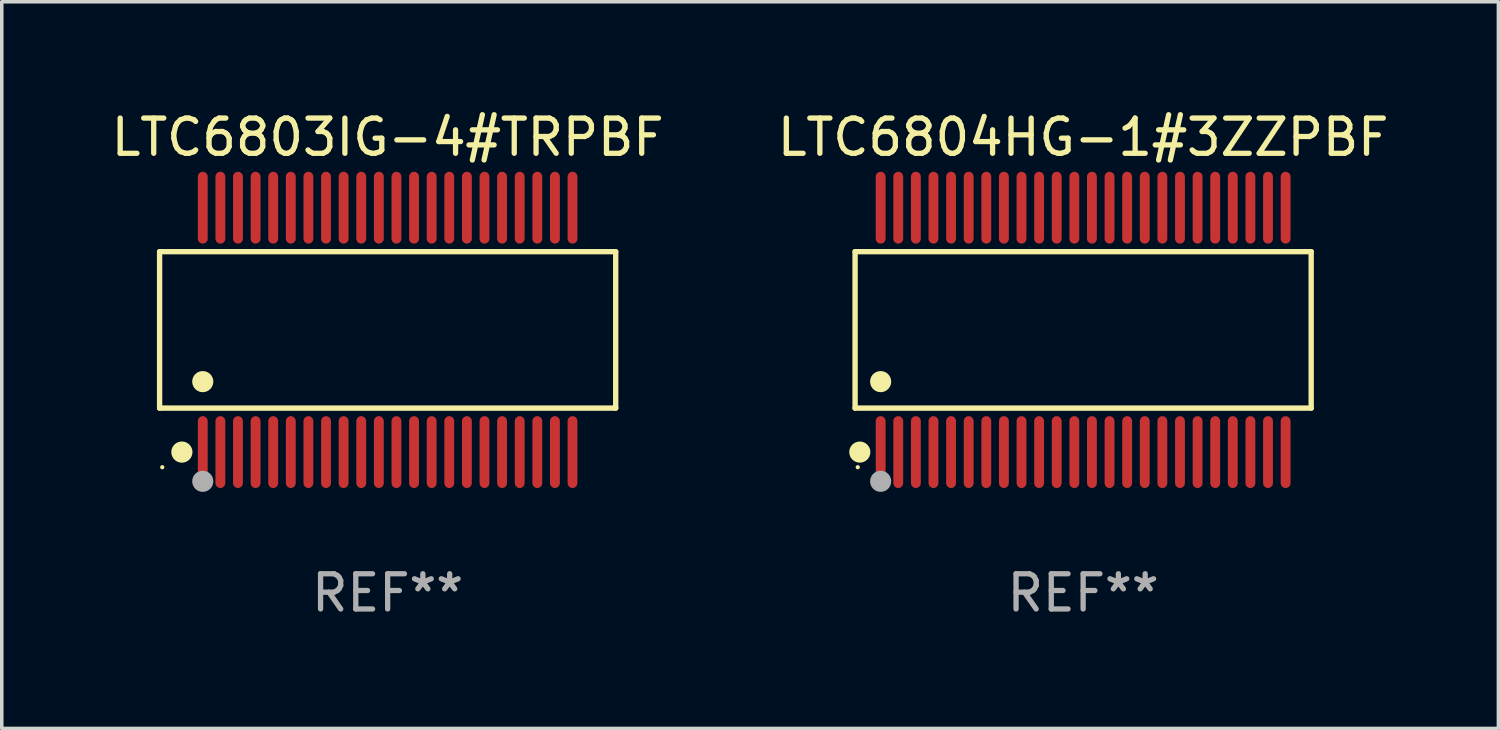
<source format=kicad_pcb>
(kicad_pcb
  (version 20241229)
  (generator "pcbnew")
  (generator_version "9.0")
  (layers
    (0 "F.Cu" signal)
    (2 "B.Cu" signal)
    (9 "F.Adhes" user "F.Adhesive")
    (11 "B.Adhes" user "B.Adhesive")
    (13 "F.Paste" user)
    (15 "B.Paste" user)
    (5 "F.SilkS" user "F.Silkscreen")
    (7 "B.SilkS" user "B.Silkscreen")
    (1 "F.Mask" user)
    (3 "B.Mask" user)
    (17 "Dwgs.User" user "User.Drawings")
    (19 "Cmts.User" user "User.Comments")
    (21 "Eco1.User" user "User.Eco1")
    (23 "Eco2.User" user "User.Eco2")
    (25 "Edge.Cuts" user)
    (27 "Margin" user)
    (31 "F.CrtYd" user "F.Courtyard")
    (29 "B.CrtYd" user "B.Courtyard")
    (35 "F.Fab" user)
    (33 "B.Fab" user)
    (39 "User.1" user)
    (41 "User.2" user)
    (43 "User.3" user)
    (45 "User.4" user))
  (footprint "LTC6803IG-4#TRPBF"
    (layer "F.Cu")
    (at 7.958 6.318)
    (property "Reference" "LTC6803IG-4#TRPBF" (at 0 -5.47 0) (layer "F.SilkS") (effects (font (size 1 1) (thickness 0.15))))
    (attr through_hole)
    (fp_line (start -6.476 -2.221) (end 6.476 -2.221) (stroke (width 0.152) (type solid)) (layer "F.SilkS"))
    (fp_line (start -6.476 2.221) (end -6.476 -2.221) (stroke (width 0.152) (type solid)) (layer "F.SilkS"))
    (fp_line (start 6.476 -2.221) (end 6.476 2.221) (stroke (width 0.152) (type solid)) (layer "F.SilkS"))
    (fp_line (start 6.476 2.221) (end -6.476 2.221) (stroke (width 0.152) (type solid)) (layer "F.SilkS"))
    (fp_circle (center -6.4 3.9) (end -6.37 3.9) (stroke (width 0.06) (type solid)) (fill no) (layer "F.SilkS"))
    (fp_circle (center -5.843 3.47) (end -5.692 3.47) (stroke (width 0.3) (type solid)) (fill no) (layer "F.SilkS"))
    (fp_circle (center -5.25 1.469) (end -5.1 1.469) (stroke (width 0.3) (type solid)) (fill no) (layer "F.SilkS"))
    (fp_circle (center -5.25 4.3) (end -5.1 4.3) (stroke (width 0.3) (type solid)) (fill no) (layer "F.Fab"))
    (fp_text user "REF**" (at 0 7.47 0) (layer "F.Fab") (effects (font (size 1 1) (thickness 0.15))))
    (pad "1" smd oval (at -5.25 3.47) (size 0.28 2.04) (layers "F.Cu" "F.Mask" "F.Paste"))
    (pad "2" smd oval (at -4.75 3.47) (size 0.28 2.04) (layers "F.Cu" "F.Mask" "F.Paste"))
    (pad "3" smd oval (at -4.25 3.47) (size 0.28 2.04) (layers "F.Cu" "F.Mask" "F.Paste"))
    (pad "4" smd oval (at -3.75 3.47) (size 0.28 2.04) (layers "F.Cu" "F.Mask" "F.Paste"))
    (pad "5" smd oval (at -3.25 3.47) (size 0.28 2.04) (layers "F.Cu" "F.Mask" "F.Paste"))
    (pad "6" smd oval (at -2.75 3.47) (size 0.28 2.04) (layers "F.Cu" "F.Mask" "F.Paste"))
    (pad "7" smd oval (at -2.25 3.47) (size 0.28 2.04) (layers "F.Cu" "F.Mask" "F.Paste"))
    (pad "8" smd oval (at -1.75 3.47) (size 0.28 2.04) (layers "F.Cu" "F.Mask" "F.Paste"))
    (pad "9" smd oval (at -1.25 3.47) (size 0.28 2.04) (layers "F.Cu" "F.Mask" "F.Paste"))
    (pad "10" smd oval (at -0.75 3.47) (size 0.28 2.04) (layers "F.Cu" "F.Mask" "F.Paste"))
    (pad "11" smd oval (at -0.25 3.47) (size 0.28 2.04) (layers "F.Cu" "F.Mask" "F.Paste"))
    (pad "12" smd oval (at 0.25 3.47) (size 0.28 2.04) (layers "F.Cu" "F.Mask" "F.Paste"))
    (pad "13" smd oval (at 0.75 3.47) (size 0.28 2.04) (layers "F.Cu" "F.Mask" "F.Paste"))
    (pad "14" smd oval (at 1.25 3.47) (size 0.28 2.04) (layers "F.Cu" "F.Mask" "F.Paste"))
    (pad "15" smd oval (at 1.75 3.47) (size 0.28 2.04) (layers "F.Cu" "F.Mask" "F.Paste"))
    (pad "16" smd oval (at 2.25 3.47) (size 0.28 2.04) (layers "F.Cu" "F.Mask" "F.Paste"))
    (pad "17" smd oval (at 2.75 3.47) (size 0.28 2.04) (layers "F.Cu" "F.Mask" "F.Paste"))
    (pad "18" smd oval (at 3.25 3.47) (size 0.28 2.04) (layers "F.Cu" "F.Mask" "F.Paste"))
    (pad "19" smd oval (at 3.75 3.47) (size 0.28 2.04) (layers "F.Cu" "F.Mask" "F.Paste"))
    (pad "20" smd oval (at 4.25 3.47) (size 0.28 2.04) (layers "F.Cu" "F.Mask" "F.Paste"))
    (pad "21" smd oval (at 4.75 3.47) (size 0.28 2.04) (layers "F.Cu" "F.Mask" "F.Paste"))
    (pad "22" smd oval (at 5.25 3.47) (size 0.28 2.04) (layers "F.Cu" "F.Mask" "F.Paste"))
    (pad "23" smd oval (at 5.25 -3.47) (size 0.28 2.04) (layers "F.Cu" "F.Mask" "F.Paste"))
    (pad "24" smd oval (at 4.75 -3.47) (size 0.28 2.04) (layers "F.Cu" "F.Mask" "F.Paste"))
    (pad "25" smd oval (at 4.25 -3.47) (size 0.28 2.04) (layers "F.Cu" "F.Mask" "F.Paste"))
    (pad "26" smd oval (at 3.75 -3.47) (size 0.28 2.04) (layers "F.Cu" "F.Mask" "F.Paste"))
    (pad "27" smd oval (at 3.25 -3.47) (size 0.28 2.04) (layers "F.Cu" "F.Mask" "F.Paste"))
    (pad "28" smd oval (at 2.75 -3.47) (size 0.28 2.04) (layers "F.Cu" "F.Mask" "F.Paste"))
    (pad "29" smd oval (at 2.25 -3.47) (size 0.28 2.04) (layers "F.Cu" "F.Mask" "F.Paste"))
    (pad "30" smd oval (at 1.75 -3.47) (size 0.28 2.04) (layers "F.Cu" "F.Mask" "F.Paste"))
    (pad "31" smd oval (at 1.25 -3.47) (size 0.28 2.04) (layers "F.Cu" "F.Mask" "F.Paste"))
    (pad "32" smd oval (at 0.75 -3.47) (size 0.28 2.04) (layers "F.Cu" "F.Mask" "F.Paste"))
    (pad "33" smd oval (at 0.25 -3.47) (size 0.28 2.04) (layers "F.Cu" "F.Mask" "F.Paste"))
    (pad "34" smd oval (at -0.25 -3.47) (size 0.28 2.04) (layers "F.Cu" "F.Mask" "F.Paste"))
    (pad "35" smd oval (at -0.75 -3.47) (size 0.28 2.04) (layers "F.Cu" "F.Mask" "F.Paste"))
    (pad "36" smd oval (at -1.25 -3.47) (size 0.28 2.04) (layers "F.Cu" "F.Mask" "F.Paste"))
    (pad "37" smd oval (at -1.75 -3.47) (size 0.28 2.04) (layers "F.Cu" "F.Mask" "F.Paste"))
    (pad "38" smd oval (at -2.25 -3.47) (size 0.28 2.04) (layers "F.Cu" "F.Mask" "F.Paste"))
    (pad "39" smd oval (at -2.75 -3.47) (size 0.28 2.04) (layers "F.Cu" "F.Mask" "F.Paste"))
    (pad "40" smd oval (at -3.25 -3.47) (size 0.28 2.04) (layers "F.Cu" "F.Mask" "F.Paste"))
    (pad "41" smd oval (at -3.75 -3.47) (size 0.28 2.04) (layers "F.Cu" "F.Mask" "F.Paste"))
    (pad "42" smd oval (at -4.25 -3.47) (size 0.28 2.04) (layers "F.Cu" "F.Mask" "F.Paste"))
    (pad "43" smd oval (at -4.75 -3.47) (size 0.28 2.04) (layers "F.Cu" "F.Mask" "F.Paste"))
    (pad "44" smd oval (at -5.25 -3.47) (size 0.28 2.04) (layers "F.Cu" "F.Mask" "F.Paste")))
  (footprint "LTC6804HG-1#3ZZPBF"
    (layer "F.Cu")
    (at 27.708 6.318)
    (property "Reference" "LTC6804HG-1#3ZZPBF" (at 0 -5.47 0) (layer "F.SilkS") (effects (font (size 1 1) (thickness 0.15))))
    (attr through_hole)
    (fp_line (start -6.476 -2.221) (end 6.476 -2.221) (stroke (width 0.152) (type solid)) (layer "F.SilkS"))
    (fp_line (start -6.476 2.221) (end -6.476 -2.221) (stroke (width 0.152) (type solid)) (layer "F.SilkS"))
    (fp_line (start 6.476 -2.221) (end 6.476 2.221) (stroke (width 0.152) (type solid)) (layer "F.SilkS"))
    (fp_line (start 6.476 2.221) (end -6.476 2.221) (stroke (width 0.152) (type solid)) (layer "F.SilkS"))
    (fp_circle (center -6.4 3.9) (end -6.37 3.9) (stroke (width 0.06) (type solid)) (fill no) (layer "F.SilkS"))
    (fp_circle (center -6.342 3.47) (end -6.192 3.47) (stroke (width 0.3) (type solid)) (fill no) (layer "F.SilkS"))
    (fp_circle (center -5.75 1.469) (end -5.6 1.469) (stroke (width 0.3) (type solid)) (fill no) (layer "F.SilkS"))
    (fp_circle (center -5.75 4.3) (end -5.6 4.3) (stroke (width 0.3) (type solid)) (fill no) (layer "F.Fab"))
    (fp_text user "REF**" (at 0 7.47 0) (layer "F.Fab") (effects (font (size 1 1) (thickness 0.15))))
    (pad "1" smd oval (at -5.75 3.47) (size 0.28 2.04) (layers "F.Cu" "F.Mask" "F.Paste"))
    (pad "2" smd oval (at -5.25 3.47) (size 0.28 2.04) (layers "F.Cu" "F.Mask" "F.Paste"))
    (pad "3" smd oval (at -4.75 3.47) (size 0.28 2.04) (layers "F.Cu" "F.Mask" "F.Paste"))
    (pad "4" smd oval (at -4.25 3.47) (size 0.28 2.04) (layers "F.Cu" "F.Mask" "F.Paste"))
    (pad "5" smd oval (at -3.75 3.47) (size 0.28 2.04) (layers "F.Cu" "F.Mask" "F.Paste"))
    (pad "6" smd oval (at -3.25 3.47) (size 0.28 2.04) (layers "F.Cu" "F.Mask" "F.Paste"))
    (pad "7" smd oval (at -2.75 3.47) (size 0.28 2.04) (layers "F.Cu" "F.Mask" "F.Paste"))
    (pad "8" smd oval (at -2.25 3.47) (size 0.28 2.04) (layers "F.Cu" "F.Mask" "F.Paste"))
    (pad "9" smd oval (at -1.75 3.47) (size 0.28 2.04) (layers "F.Cu" "F.Mask" "F.Paste"))
    (pad "10" smd oval (at -1.25 3.47) (size 0.28 2.04) (layers "F.Cu" "F.Mask" "F.Paste"))
    (pad "11" smd oval (at -0.75 3.47) (size 0.28 2.04) (layers "F.Cu" "F.Mask" "F.Paste"))
    (pad "12" smd oval (at -0.25 3.47) (size 0.28 2.04) (layers "F.Cu" "F.Mask" "F.Paste"))
    (pad "13" smd oval (at 0.25 3.47) (size 0.28 2.04) (layers "F.Cu" "F.Mask" "F.Paste"))
    (pad "14" smd oval (at 0.75 3.47) (size 0.28 2.04) (layers "F.Cu" "F.Mask" "F.Paste"))
    (pad "15" smd oval (at 1.25 3.47) (size 0.28 2.04) (layers "F.Cu" "F.Mask" "F.Paste"))
    (pad "16" smd oval (at 1.75 3.47) (size 0.28 2.04) (layers "F.Cu" "F.Mask" "F.Paste"))
    (pad "17" smd oval (at 2.25 3.47) (size 0.28 2.04) (layers "F.Cu" "F.Mask" "F.Paste"))
    (pad "18" smd oval (at 2.75 3.47) (size 0.28 2.04) (layers "F.Cu" "F.Mask" "F.Paste"))
    (pad "19" smd oval (at 3.25 3.47) (size 0.28 2.04) (layers "F.Cu" "F.Mask" "F.Paste"))
    (pad "20" smd oval (at 3.75 3.47) (size 0.28 2.04) (layers "F.Cu" "F.Mask" "F.Paste"))
    (pad "21" smd oval (at 4.25 3.47) (size 0.28 2.04) (layers "F.Cu" "F.Mask" "F.Paste"))
    (pad "22" smd oval (at 4.75 3.47) (size 0.28 2.04) (layers "F.Cu" "F.Mask" "F.Paste"))
    (pad "23" smd oval (at 5.25 3.47) (size 0.28 2.04) (layers "F.Cu" "F.Mask" "F.Paste"))
    (pad "24" smd oval (at 5.75 3.47) (size 0.28 2.04) (layers "F.Cu" "F.Mask" "F.Paste"))
    (pad "25" smd oval (at 5.75 -3.47) (size 0.28 2.04) (layers "F.Cu" "F.Mask" "F.Paste"))
    (pad "26" smd oval (at 5.25 -3.47) (size 0.28 2.04) (layers "F.Cu" "F.Mask" "F.Paste"))
    (pad "27" smd oval (at 4.75 -3.47) (size 0.28 2.04) (layers "F.Cu" "F.Mask" "F.Paste"))
    (pad "28" smd oval (at 4.25 -3.47) (size 0.28 2.04) (layers "F.Cu" "F.Mask" "F.Paste"))
    (pad "29" smd oval (at 3.75 -3.47) (size 0.28 2.04) (layers "F.Cu" "F.Mask" "F.Paste"))
    (pad "30" smd oval (at 3.25 -3.47) (size 0.28 2.04) (layers "F.Cu" "F.Mask" "F.Paste"))
    (pad "31" smd oval (at 2.75 -3.47) (size 0.28 2.04) (layers "F.Cu" "F.Mask" "F.Paste"))
    (pad "32" smd oval (at 2.25 -3.47) (size 0.28 2.04) (layers "F.Cu" "F.Mask" "F.Paste"))
    (pad "33" smd oval (at 1.75 -3.47) (size 0.28 2.04) (layers "F.Cu" "F.Mask" "F.Paste"))
    (pad "34" smd oval (at 1.25 -3.47) (size 0.28 2.04) (layers "F.Cu" "F.Mask" "F.Paste"))
    (pad "35" smd oval (at 0.75 -3.47) (size 0.28 2.04) (layers "F.Cu" "F.Mask" "F.Paste"))
    (pad "36" smd oval (at 0.25 -3.47) (size 0.28 2.04) (layers "F.Cu" "F.Mask" "F.Paste"))
    (pad "37" smd oval (at -0.25 -3.47) (size 0.28 2.04) (layers "F.Cu" "F.Mask" "F.Paste"))
    (pad "38" smd oval (at -0.75 -3.47) (size 0.28 2.04) (layers "F.Cu" "F.Mask" "F.Paste"))
    (pad "39" smd oval (at -1.25 -3.47) (size 0.28 2.04) (layers "F.Cu" "F.Mask" "F.Paste"))
    (pad "40" smd oval (at -1.75 -3.47) (size 0.28 2.04) (layers "F.Cu" "F.Mask" "F.Paste"))
    (pad "41" smd oval (at -2.25 -3.47) (size 0.28 2.04) (layers "F.Cu" "F.Mask" "F.Paste"))
    (pad "42" smd oval (at -2.75 -3.47) (size 0.28 2.04) (layers "F.Cu" "F.Mask" "F.Paste"))
    (pad "43" smd oval (at -3.25 -3.47) (size 0.28 2.04) (layers "F.Cu" "F.Mask" "F.Paste"))
    (pad "44" smd oval (at -3.75 -3.47) (size 0.28 2.04) (layers "F.Cu" "F.Mask" "F.Paste"))
    (pad "45" smd oval (at -4.25 -3.47) (size 0.28 2.04) (layers "F.Cu" "F.Mask" "F.Paste"))
    (pad "46" smd oval (at -4.75 -3.47) (size 0.28 2.04) (layers "F.Cu" "F.Mask" "F.Paste"))
    (pad "47" smd oval (at -5.25 -3.47) (size 0.28 2.04) (layers "F.Cu" "F.Mask" "F.Paste"))
    (pad "48" smd oval (at -5.75 -3.47) (size 0.28 2.04) (layers "F.Cu" "F.Mask" "F.Paste")))
  (gr_rect
    (start -3 -3)
    (end 39.5 17.636)
    (stroke (width 0.1) (type default))
    (fill no)
    (layer "Edge.Cuts")))
</source>
